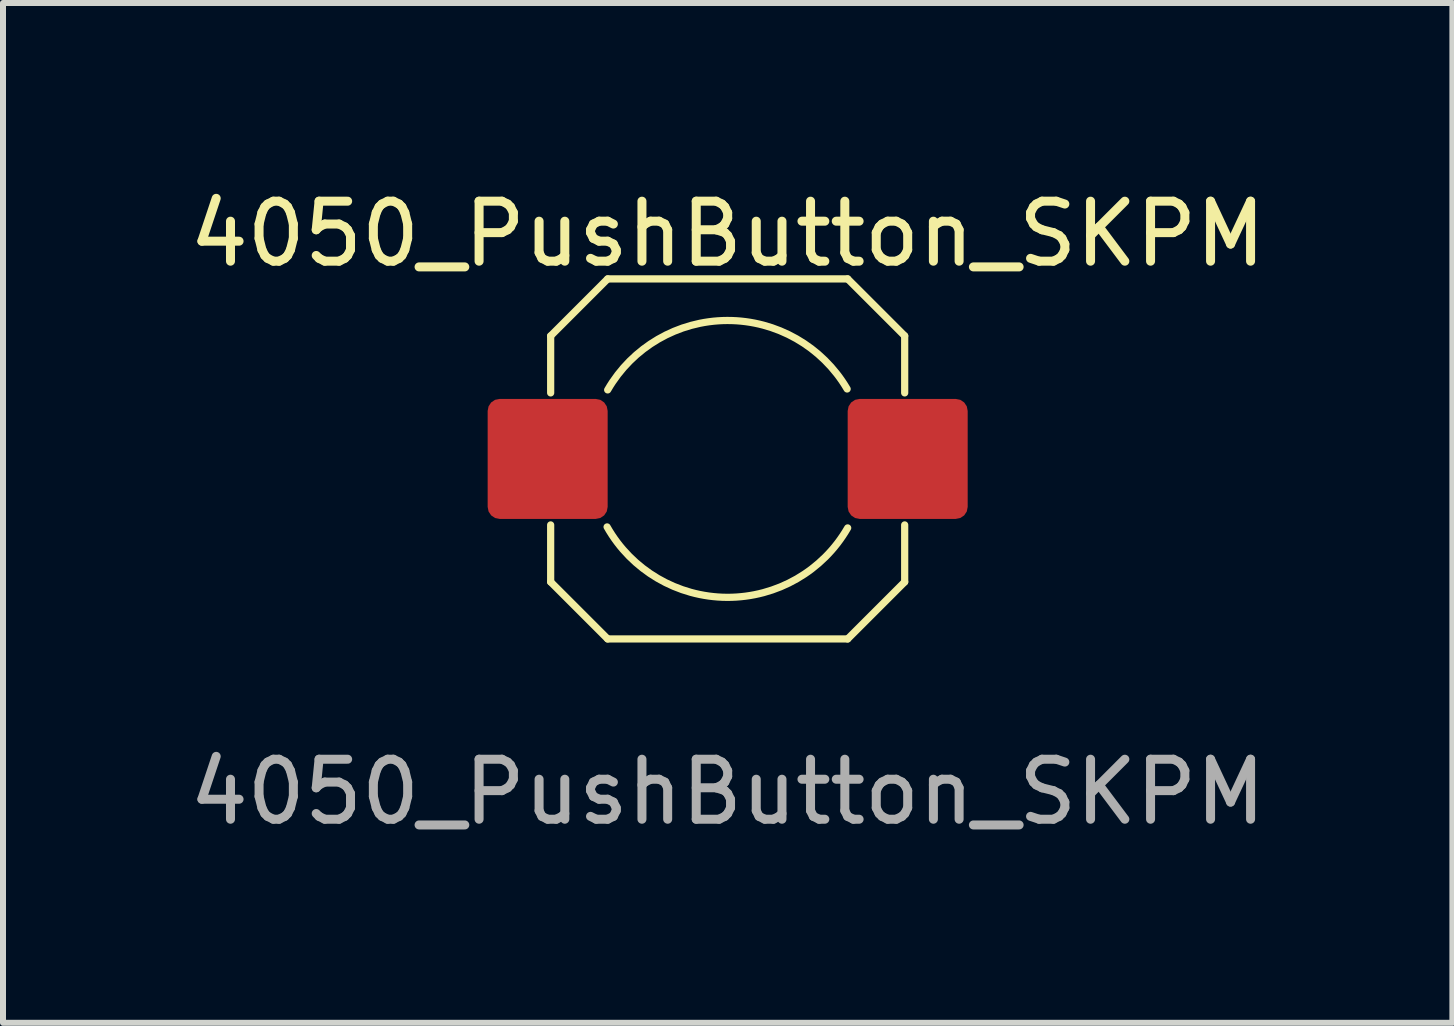
<source format=kicad_pcb>
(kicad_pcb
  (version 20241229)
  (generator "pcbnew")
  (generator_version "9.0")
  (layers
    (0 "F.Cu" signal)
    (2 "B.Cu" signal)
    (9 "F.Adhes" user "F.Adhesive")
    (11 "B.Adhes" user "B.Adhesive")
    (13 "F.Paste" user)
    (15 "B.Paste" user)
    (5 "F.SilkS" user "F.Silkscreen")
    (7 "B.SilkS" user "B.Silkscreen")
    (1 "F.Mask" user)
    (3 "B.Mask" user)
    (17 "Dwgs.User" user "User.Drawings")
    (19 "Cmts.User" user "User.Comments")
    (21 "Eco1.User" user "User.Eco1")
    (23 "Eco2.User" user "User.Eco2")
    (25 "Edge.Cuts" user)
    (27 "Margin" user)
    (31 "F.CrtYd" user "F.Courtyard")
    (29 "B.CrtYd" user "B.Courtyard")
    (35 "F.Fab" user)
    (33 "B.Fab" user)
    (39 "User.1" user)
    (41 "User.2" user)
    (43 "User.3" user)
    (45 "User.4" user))
  (footprint "4050_PushButton_SKPM"
    (layer "F.Cu")
    (at 9.077 4.598)
    (property "Reference" "4050_PushButton_SKPM" (at 0 -3.75 0) (unlocked yes) (layer "F.SilkS") (effects (font (size 1 1) (thickness 0.15))))
    (attr smd)
    (fp_line (start -2.95 -1.1) (end -2.95 -2.05) (stroke (width 0.12) (type solid)) (layer "F.SilkS"))
    (fp_line (start -2.95 2.05) (end -2.95 1.1) (stroke (width 0.12) (type solid)) (layer "F.SilkS"))
    (fp_line (start -2 -3) (end -2.95 -2.05) (stroke (width 0.12) (type solid)) (layer "F.SilkS"))
    (fp_line (start -2 3) (end -2.95 2.05) (stroke (width 0.12) (type solid)) (layer "F.SilkS"))
    (fp_line (start -2 3) (end 2 3) (stroke (width 0.12) (type solid)) (layer "F.SilkS"))
    (fp_line (start 2 -3) (end -2 -3) (stroke (width 0.12) (type solid)) (layer "F.SilkS"))
    (fp_line (start 2.95 -2.05) (end 2 -3) (stroke (width 0.12) (type solid)) (layer "F.SilkS"))
    (fp_line (start 2.95 -1.1) (end 2.95 -2.05) (stroke (width 0.12) (type solid)) (layer "F.SilkS"))
    (fp_line (start 2.95 2.05) (end 2 3) (stroke (width 0.12) (type solid)) (layer "F.SilkS"))
    (fp_line (start 2.95 2.05) (end 2.95 1.1) (stroke (width 0.12) (type solid)) (layer "F.SilkS"))
    (fp_arc (start -2 -1.15) (mid -0.008946 -2.307037) (end 1.991021 -1.165476) (stroke (width 0.12) (type solid)) (layer "F.SilkS"))
    (fp_arc (start 2 1.15) (mid -0.009491 2.307035) (end -2.009394 1.133505) (stroke (width 0.12) (type solid)) (layer "F.SilkS"))
    (fp_text user "${REFERENCE}" (at 0 5.55 0) (unlocked yes) (layer "F.Fab") (effects (font (size 1 1) (thickness 0.15))))
    (pad "1" smd roundrect (at -3 0) (size 2 2) (layers "F.Cu" "F.Mask" "F.Paste") (roundrect_rratio 0.1))
    (pad "2" smd roundrect (at 3 0) (size 2 2) (layers "F.Cu" "F.Mask" "F.Paste") (roundrect_rratio 0.1)))
  (gr_rect
    (start -3 -3)
    (end 21.155 13.996)
    (stroke (width 0.1) (type default))
    (fill no)
    (layer "Edge.Cuts")))
</source>
